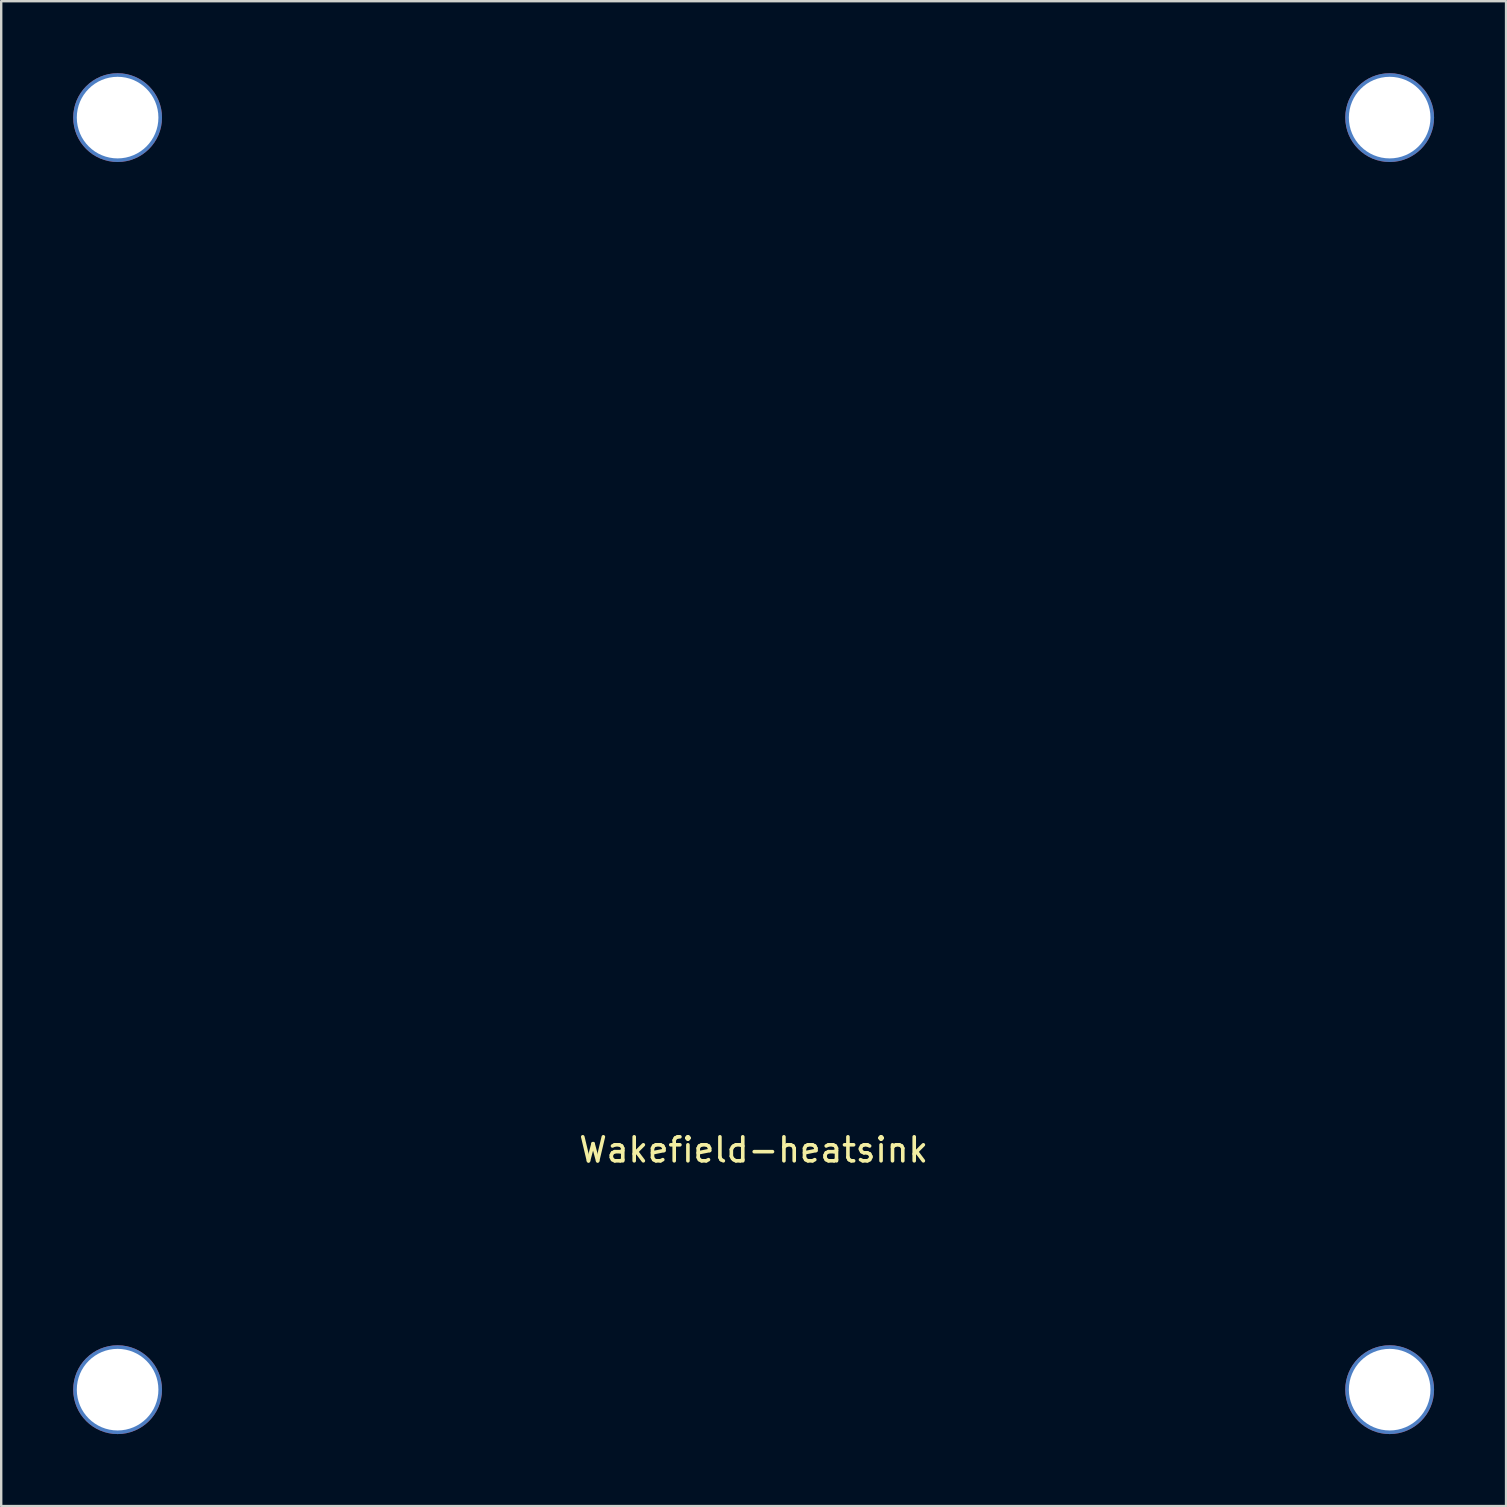
<source format=kicad_pcb>
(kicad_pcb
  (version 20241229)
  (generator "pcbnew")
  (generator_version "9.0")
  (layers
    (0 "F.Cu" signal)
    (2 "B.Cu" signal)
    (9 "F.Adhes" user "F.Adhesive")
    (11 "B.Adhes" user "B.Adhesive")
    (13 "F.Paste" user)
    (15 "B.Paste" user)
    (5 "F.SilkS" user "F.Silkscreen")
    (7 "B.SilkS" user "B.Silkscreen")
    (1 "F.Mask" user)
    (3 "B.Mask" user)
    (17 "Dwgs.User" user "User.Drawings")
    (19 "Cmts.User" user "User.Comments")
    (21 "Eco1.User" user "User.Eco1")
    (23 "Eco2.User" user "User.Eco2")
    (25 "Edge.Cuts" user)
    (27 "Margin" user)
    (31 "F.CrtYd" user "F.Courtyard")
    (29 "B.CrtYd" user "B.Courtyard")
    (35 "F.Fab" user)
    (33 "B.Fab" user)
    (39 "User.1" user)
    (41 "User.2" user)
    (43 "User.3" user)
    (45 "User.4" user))
  (footprint "Wakefield-heatsink"
    (layer "F.Cu")
    (at 28.35 28.35)
    (property "Reference" "Wakefield-heatsink" (at 0 16.51 0) (layer "F.SilkS") (effects (font (size 1 1) (thickness 0.15))))
    (attr through_hole)
    (pad "0" thru_hole oval (at -26.5 -26.5 270) (size 3.7 3.7) (drill oval 3.4) (layers "*.Cu" "*.Mask"))
    (pad "0" thru_hole oval (at -26.5 26.5 270) (size 3.7 3.7) (drill oval 3.4) (layers "*.Cu" "*.Mask"))
    (pad "0" thru_hole oval (at 26.5 -26.5 270) (size 3.7 3.7) (drill oval 3.4) (layers "*.Cu" "*.Mask"))
    (pad "0" thru_hole oval (at 26.5 26.5 270) (size 3.7 3.7) (drill oval 3.4) (layers "*.Cu" "*.Mask")))
  (gr_rect
    (start -3 -3)
    (end 59.7 59.7)
    (stroke (width 0.1) (type default))
    (fill no)
    (layer "Edge.Cuts")))
</source>
